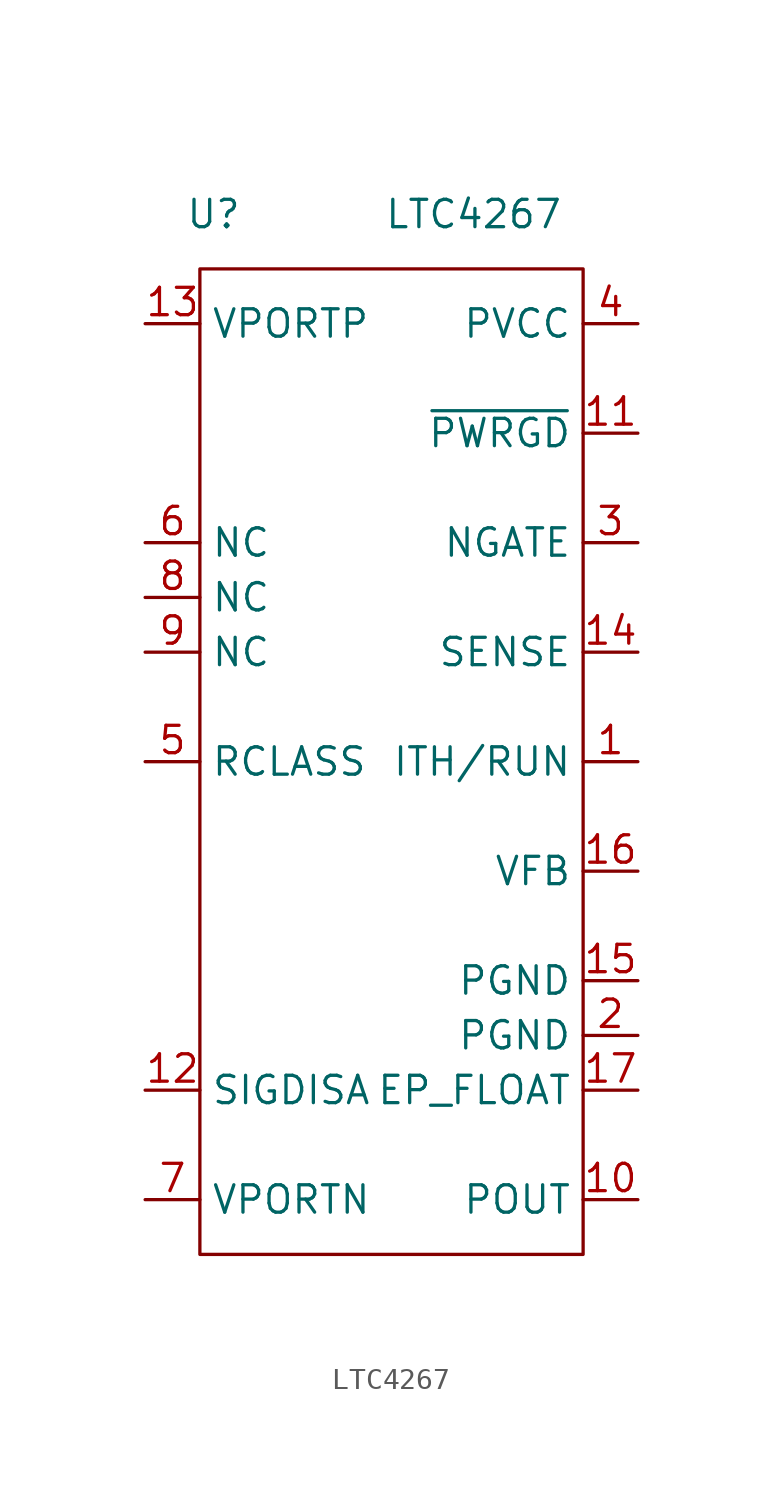
<source format=kicad_sym>
(kicad_symbol_lib
  (version 20220914)
  (generator kicad_symbol_editor)
  (symbol "LTC4267"
    (property "Reference" "U"
      (at 0.635 2.54 0)
      (effects (font (size 1.27 1.27))))
    (property "Value" "LTC4267"
      (at 12.7 2.54 0)
      (effects (font (size 1.27 1.27))))
    (symbol "LTC4267_0_1"
      (rectangle (start 0 0) (end 17.78 -45.72) (stroke (width 0) (type default)) (fill (type none))))
    (symbol "LTC4267_1_1"
      (pin input line (at 20.32 -22.86 180) (length 2.54) (name "ITH/RUN" (effects (font (size 1.27 1.27)))) (number "1" (effects (font (size 1.27 1.27)))))
      (pin power_out line (at 20.32 -43.18 180) (length 2.54) (name "POUT" (effects (font (size 1.27 1.27)))) (number "10" (effects (font (size 1.27 1.27)))))
      (pin open_collector line (at 20.32 -7.62 180) (length 2.54) (name "~{PWRGD}" (effects (font (size 1.27 1.27)))) (number "11" (effects (font (size 1.27 1.27)))))
      (pin bidirectional line (at -2.54 -38.1 0) (length 2.54) (name "SIGDISA" (effects (font (size 1.27 1.27)))) (number "12" (effects (font (size 1.27 1.27)))))
      (pin power_in line (at -2.54 -2.54 0) (length 2.54) (name "VPORTP" (effects (font (size 1.27 1.27)))) (number "13" (effects (font (size 1.27 1.27)))))
      (pin input line (at 20.32 -17.78 180) (length 2.54) (name "SENSE" (effects (font (size 1.27 1.27)))) (number "14" (effects (font (size 1.27 1.27)))))
      (pin power_out line (at 20.32 -33.02 180) (length 2.54) (name "PGND" (effects (font (size 1.27 1.27)))) (number "15" (effects (font (size 1.27 1.27)))))
      (pin input line (at 20.32 -27.94 180) (length 2.54) (name "VFB" (effects (font (size 1.27 1.27)))) (number "16" (effects (font (size 1.27 1.27)))))
      (pin passive line (at 20.32 -38.1 180) (length 2.54) (name "EP_FLOAT" (effects (font (size 1.27 1.27)))) (number "17" (effects (font (size 1.27 1.27)))))
      (pin power_out line (at 20.32 -35.56 180) (length 2.54) (name "PGND" (effects (font (size 1.27 1.27)))) (number "2" (effects (font (size 1.27 1.27)))))
      (pin output line (at 20.32 -12.7 180) (length 2.54) (name "NGATE" (effects (font (size 1.27 1.27)))) (number "3" (effects (font (size 1.27 1.27)))))
      (pin power_out line (at 20.32 -2.54 180) (length 2.54) (name "PVCC" (effects (font (size 1.27 1.27)))) (number "4" (effects (font (size 1.27 1.27)))))
      (pin input line (at -2.54 -22.86 0) (length 2.54) (name "RCLASS" (effects (font (size 1.27 1.27)))) (number "5" (effects (font (size 1.27 1.27)))))
      (pin passive line (at -2.54 -12.7 0) (length 2.54) (name "NC" (effects (font (size 1.27 1.27)))) (number "6" (effects (font (size 1.27 1.27)))))
      (pin power_in line (at -2.54 -43.18 0) (length 2.54) (name "VPORTN" (effects (font (size 1.27 1.27)))) (number "7" (effects (font (size 1.27 1.27)))))
      (pin passive line (at -2.54 -15.24 0) (length 2.54) (name "NC" (effects (font (size 1.27 1.27)))) (number "8" (effects (font (size 1.27 1.27)))))
      (pin passive line (at -2.54 -17.78 0) (length 2.54) (name "NC" (effects (font (size 1.27 1.27)))) (number "9" (effects (font (size 1.27 1.27))))))))
</source>
